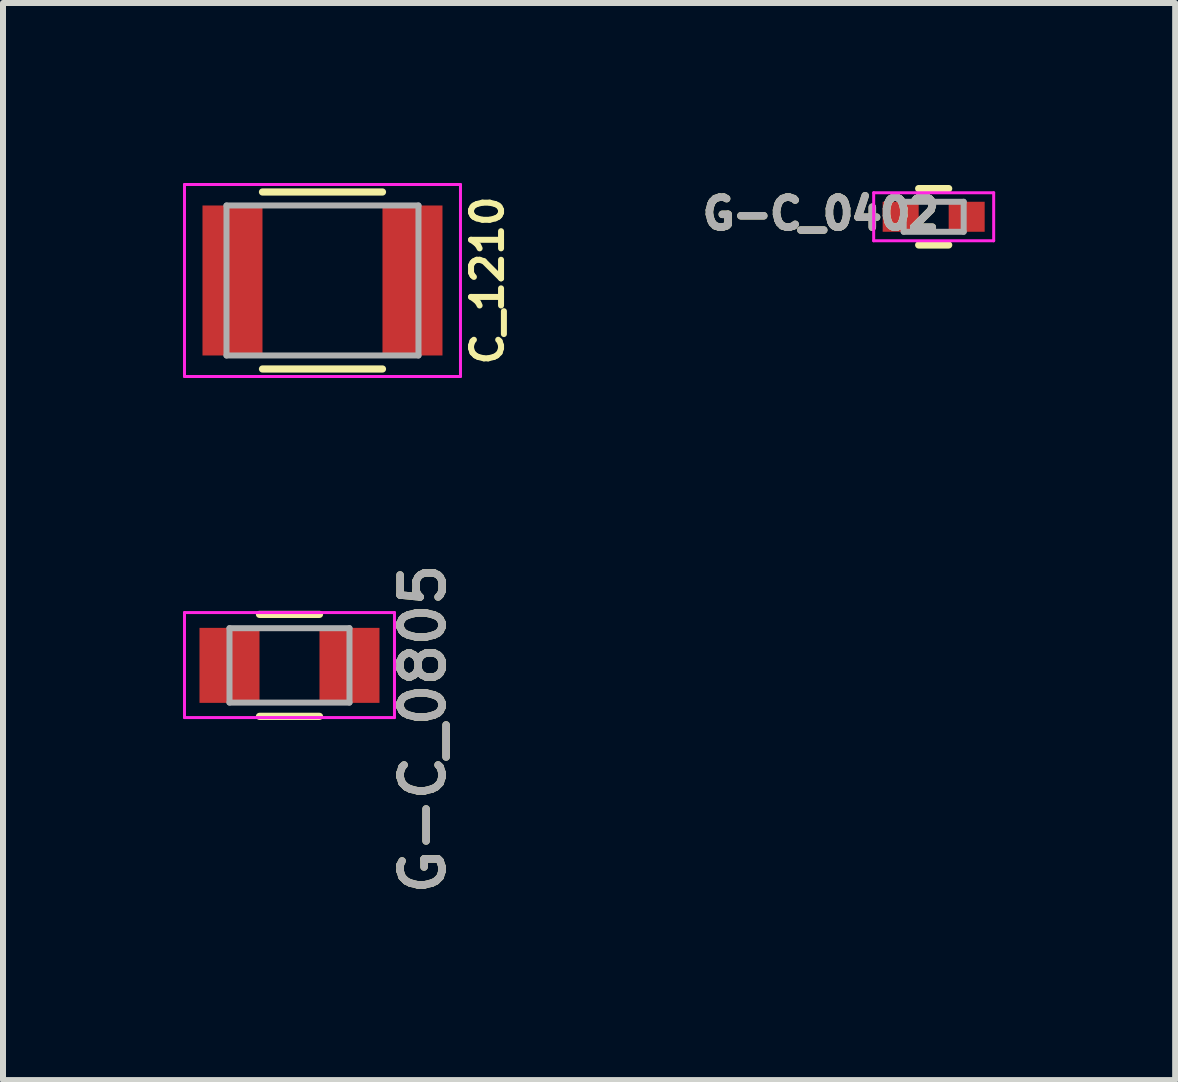
<source format=kicad_pcb>
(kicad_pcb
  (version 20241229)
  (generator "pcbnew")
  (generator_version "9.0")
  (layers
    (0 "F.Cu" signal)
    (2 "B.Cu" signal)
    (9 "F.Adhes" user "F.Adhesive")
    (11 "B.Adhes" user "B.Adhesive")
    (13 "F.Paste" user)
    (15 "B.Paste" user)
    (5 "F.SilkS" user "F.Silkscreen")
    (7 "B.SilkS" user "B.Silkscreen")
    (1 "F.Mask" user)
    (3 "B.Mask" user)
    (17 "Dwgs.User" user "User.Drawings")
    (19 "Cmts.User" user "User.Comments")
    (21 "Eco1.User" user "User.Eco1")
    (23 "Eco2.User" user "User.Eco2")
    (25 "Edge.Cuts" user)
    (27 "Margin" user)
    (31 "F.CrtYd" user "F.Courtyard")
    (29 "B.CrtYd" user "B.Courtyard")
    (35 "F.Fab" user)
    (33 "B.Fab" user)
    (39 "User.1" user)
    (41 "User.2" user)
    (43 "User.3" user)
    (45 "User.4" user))
  (footprint "G-C_0805"
    (layer "F.Cu")
    (at 1.775 8.04)
    (property "Reference" "G-C_0805" (at 2.226 1.06 270) (layer "F.SilkS") (effects (font (size 0.7 0.7) (thickness 0.125))))
    (attr smd)
    (fp_line (start -0.5 0.85) (end 0.5 0.85) (stroke (width 0.12) (type solid)) (layer "F.SilkS"))
    (fp_line (start 0.5 -0.85) (end -0.5 -0.85) (stroke (width 0.12) (type solid)) (layer "F.SilkS"))
    (fp_line (start -1.75 -0.88) (end -1.75 0.87) (stroke (width 0.05) (type solid)) (layer "F.CrtYd"))
    (fp_line (start -1.75 -0.88) (end 1.75 -0.88) (stroke (width 0.05) (type solid)) (layer "F.CrtYd"))
    (fp_line (start 1.75 0.87) (end -1.75 0.87) (stroke (width 0.05) (type solid)) (layer "F.CrtYd"))
    (fp_line (start 1.75 0.87) (end 1.75 -0.88) (stroke (width 0.05) (type solid)) (layer "F.CrtYd"))
    (fp_line (start -1 -0.62) (end 1 -0.62) (stroke (width 0.1) (type solid)) (layer "F.Fab"))
    (fp_line (start -1 0.62) (end -1 -0.62) (stroke (width 0.1) (type solid)) (layer "F.Fab"))
    (fp_line (start 1 -0.62) (end 1 0.62) (stroke (width 0.1) (type solid)) (layer "F.Fab"))
    (fp_line (start 1 0.62) (end -1 0.62) (stroke (width 0.1) (type solid)) (layer "F.Fab"))
    (fp_text user "${REFERENCE}" (at 2.226 1.06 270) (layer "F.Fab") (effects (font (size 0.7 0.7) (thickness 0.125))))
    (pad "1" smd rect (at -1 0) (size 1 1.25) (layers "F.Cu" "F.Mask" "F.Paste"))
    (pad "2" smd rect (at 1 0) (size 1 1.25) (layers "F.Cu" "F.Mask" "F.Paste")))
  (footprint "C_1210"
    (layer "F.Cu")
    (at 2.325 1.625)
    (property "Reference" "C_1210" (at 2.75 0 90) (layer "F.SilkS") (effects (font (size 0.5 0.5) (thickness 0.1))))
    (attr smd)
    (fp_line (start -1 1.475) (end 1 1.475) (stroke (width 0.12) (type solid)) (layer "F.SilkS"))
    (fp_line (start 1 -1.475) (end -1 -1.475) (stroke (width 0.12) (type solid)) (layer "F.SilkS"))
    (fp_line (start -2.3 -1.6) (end -2.3 1.6) (stroke (width 0.05) (type solid)) (layer "F.CrtYd"))
    (fp_line (start -2.3 -1.6) (end 2.3 -1.6) (stroke (width 0.05) (type solid)) (layer "F.CrtYd"))
    (fp_line (start -2.3 1.6) (end 2.3 1.6) (stroke (width 0.05) (type solid)) (layer "F.CrtYd"))
    (fp_line (start 2.3 -1.6) (end 2.3 1.6) (stroke (width 0.05) (type solid)) (layer "F.CrtYd"))
    (fp_line (start -1.6 -1.25) (end 1.6 -1.25) (stroke (width 0.1) (type solid)) (layer "F.Fab"))
    (fp_line (start -1.6 1.25) (end -1.6 -1.25) (stroke (width 0.1) (type solid)) (layer "F.Fab"))
    (fp_line (start 1.6 -1.25) (end 1.6 1.25) (stroke (width 0.1) (type solid)) (layer "F.Fab"))
    (fp_line (start 1.6 1.25) (end -1.6 1.25) (stroke (width 0.1) (type solid)) (layer "F.Fab"))
    (pad "1" smd rect (at -1.5 0) (size 1 2.5) (layers "F.Cu" "F.Mask" "F.Paste"))
    (pad "2" smd rect (at 1.5 0) (size 1 2.5) (layers "F.Cu" "F.Mask" "F.Paste")))
  (footprint "G-C_0402"
    (layer "F.Cu")
    (at 12.512 0.563)
    (property "Reference" "G-C_0402" (at -1.88 -0.051 0) (layer "F.SilkS") (effects (font (size 0.5 0.5) (thickness 0.125))))
    (attr smd)
    (fp_line (start -0.25 0.47) (end 0.25 0.47) (stroke (width 0.12) (type solid)) (layer "F.SilkS"))
    (fp_line (start 0.25 -0.47) (end -0.25 -0.47) (stroke (width 0.12) (type solid)) (layer "F.SilkS"))
    (fp_line (start -1 -0.4) (end -1 0.4) (stroke (width 0.05) (type solid)) (layer "F.CrtYd"))
    (fp_line (start -1 -0.4) (end 1 -0.4) (stroke (width 0.05) (type solid)) (layer "F.CrtYd"))
    (fp_line (start 1 0.4) (end -1 0.4) (stroke (width 0.05) (type solid)) (layer "F.CrtYd"))
    (fp_line (start 1 0.4) (end 1 -0.4) (stroke (width 0.05) (type solid)) (layer "F.CrtYd"))
    (fp_line (start -0.5 -0.25) (end 0.5 -0.25) (stroke (width 0.1) (type solid)) (layer "F.Fab"))
    (fp_line (start -0.5 0.25) (end -0.5 -0.25) (stroke (width 0.1) (type solid)) (layer "F.Fab"))
    (fp_line (start 0.5 -0.25) (end 0.5 0.25) (stroke (width 0.1) (type solid)) (layer "F.Fab"))
    (fp_line (start 0.5 0.25) (end -0.5 0.25) (stroke (width 0.1) (type solid)) (layer "F.Fab"))
    (fp_text user "${REFERENCE}" (at -1.88 -0.051 0) (layer "F.Fab") (effects (font (size 0.5 0.5) (thickness 0.125))))
    (pad "1" smd rect (at -0.55 0) (size 0.6 0.5) (layers "F.Cu" "F.Mask" "F.Paste"))
    (pad "2" smd rect (at 0.55 0) (size 0.6 0.5) (layers "F.Cu" "F.Mask" "F.Paste")))
  (gr_rect
    (start -3 -3)
    (end 16.537 14.952)
    (stroke (width 0.1) (type default))
    (fill no)
    (layer "Edge.Cuts")))
</source>
